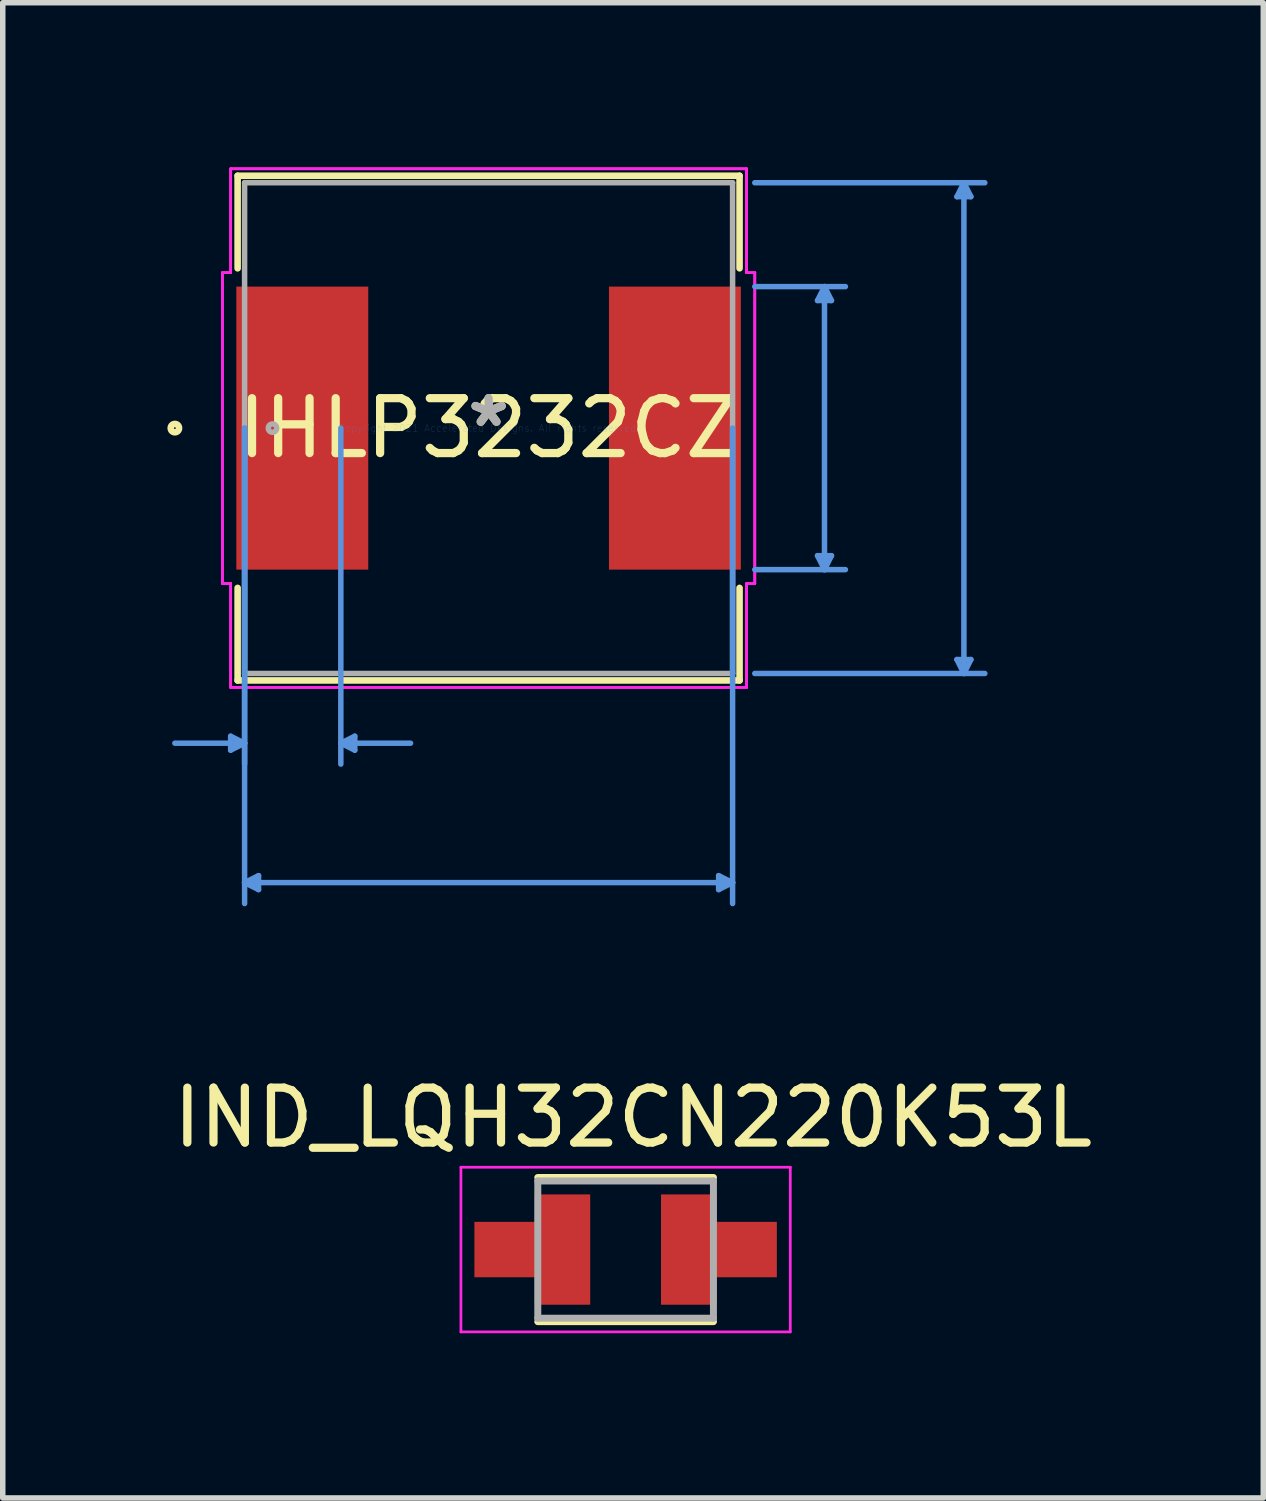
<source format=kicad_pcb>
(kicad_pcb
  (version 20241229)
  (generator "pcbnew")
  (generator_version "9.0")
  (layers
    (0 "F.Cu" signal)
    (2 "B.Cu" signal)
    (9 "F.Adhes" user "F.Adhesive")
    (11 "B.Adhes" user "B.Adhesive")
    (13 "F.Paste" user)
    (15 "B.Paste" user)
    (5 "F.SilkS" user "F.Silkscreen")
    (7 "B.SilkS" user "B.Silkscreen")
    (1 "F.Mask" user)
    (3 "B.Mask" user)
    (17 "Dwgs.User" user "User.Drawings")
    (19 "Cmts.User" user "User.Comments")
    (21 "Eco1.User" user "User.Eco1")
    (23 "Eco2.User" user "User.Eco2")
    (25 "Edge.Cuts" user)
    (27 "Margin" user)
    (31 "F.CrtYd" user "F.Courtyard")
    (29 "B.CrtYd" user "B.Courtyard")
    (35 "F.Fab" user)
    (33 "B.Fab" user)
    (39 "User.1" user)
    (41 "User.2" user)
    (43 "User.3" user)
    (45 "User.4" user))
  (footprint "IND_LQH32CN220K53L"
    (layer "F.Cu")
    (at 8.347 19.714)
    (property "Reference" "IND_LQH32CN220K53L" (at 0.135 -2.405 0) (layer "F.SilkS") (effects (font (size 1 1) (thickness 0.15))))
    (attr through_hole)
    (fp_poly (pts (xy -2.85 -0.6) (xy -1.75 -0.6) (xy -1.75 -1.1) (xy -0.55 -1.1) (xy -0.55 1.1) (xy -1.75 1.1) (xy -1.75 0.6) (xy -2.85 0.6)) (stroke (width 0.01) (type solid)) (fill yes) (layer "F.Mask"))
    (fp_poly (pts (xy 0.55 -1.1) (xy 1.75 -1.1) (xy 1.75 -0.6) (xy 2.85 -0.6) (xy 2.85 0.6) (xy 1.75 0.6) (xy 1.75 1.1) (xy 0.55 1.1)) (stroke (width 0.01) (type solid)) (fill yes) (layer "F.Mask"))
    (fp_line (start -1.6 -1.313) (end 1.6 -1.313) (stroke (width 0.127) (type solid)) (layer "F.SilkS"))
    (fp_line (start 1.6 1.313) (end -1.6 1.313) (stroke (width 0.127) (type solid)) (layer "F.SilkS"))
    (fp_poly (pts (xy -1.65 -1) (xy -0.65 -1) (xy -0.65 1) (xy -1.65 1) (xy -1.65 0.5) (xy -2.75 0.5) (xy -2.75 -0.5) (xy -1.65 -0.5)) (stroke (width 0.01) (type solid)) (fill yes) (layer "F.Paste"))
    (fp_poly (pts (xy 1.65 1) (xy 0.65 1) (xy 0.65 -1) (xy 1.65 -1) (xy 1.65 -0.5) (xy 2.75 -0.5) (xy 2.75 0.5) (xy 1.65 0.5)) (stroke (width 0.01) (type solid)) (fill yes) (layer "F.Paste"))
    (fp_line (start -3 -1.5) (end 3 -1.5) (stroke (width 0.05) (type solid)) (layer "F.CrtYd"))
    (fp_line (start -3 1.5) (end -3 -1.5) (stroke (width 0.05) (type solid)) (layer "F.CrtYd"))
    (fp_line (start 3 -1.5) (end 3 1.5) (stroke (width 0.05) (type solid)) (layer "F.CrtYd"))
    (fp_line (start 3 1.5) (end -3 1.5) (stroke (width 0.05) (type solid)) (layer "F.CrtYd"))
    (fp_line (start -1.6 -1.25) (end 1.6 -1.25) (stroke (width 0.127) (type solid)) (layer "F.Fab"))
    (fp_line (start -1.6 1.25) (end -1.6 -1.25) (stroke (width 0.127) (type solid)) (layer "F.Fab"))
    (fp_line (start 1.6 -1.25) (end 1.6 1.25) (stroke (width 0.127) (type solid)) (layer "F.Fab"))
    (fp_line (start 1.6 1.25) (end -1.6 1.25) (stroke (width 0.127) (type solid)) (layer "F.Fab"))
    (pad "1" smd custom (at -1.15 0) (size 1 2) (layers "F.Cu") (options (anchor rect)) (primitives (gr_poly (pts (xy 0.5 1) (xy -0.5 1) (xy -0.5 0.5) (xy -1.6 0.5) (xy -1.6 -0.5) (xy -0.5 -0.5) (xy -0.5 -1) (xy 0.5 -1)) (width 0.01) (fill yes))))
    (pad "2" smd custom (at 1.15 0) (size 1 2) (layers "F.Cu") (options (anchor rect)) (primitives (gr_poly (pts (xy 0.5 -0.5) (xy 1.6 -0.5) (xy 1.6 0.5) (xy 0.5 0.5) (xy 0.5 1) (xy -0.5 1) (xy -0.5 -1) (xy 0.5 -1)) (width 0.01) (fill yes)))))
  (footprint "IHLP3232CZ"
    (layer "F.Cu")
    (at 5.851 4.749)
    (property "Reference" "IHLP3232CZ" (at 0 0 0) (layer "F.SilkS") (effects (font (size 1 1) (thickness 0.15))))
    (attr through_hole)
    (fp_line (start -4.572 -4.597) (end -4.572 -2.911) (stroke (width 0.12) (type solid)) (layer "F.SilkS"))
    (fp_line (start -4.572 2.911) (end -4.572 4.597) (stroke (width 0.12) (type solid)) (layer "F.SilkS"))
    (fp_line (start -4.572 4.597) (end 4.572 4.597) (stroke (width 0.12) (type solid)) (layer "F.SilkS"))
    (fp_line (start 4.572 -4.597) (end -4.572 -4.597) (stroke (width 0.12) (type solid)) (layer "F.SilkS"))
    (fp_line (start 4.572 -2.911) (end 4.572 -4.597) (stroke (width 0.12) (type solid)) (layer "F.SilkS"))
    (fp_line (start 4.572 4.597) (end 4.572 2.911) (stroke (width 0.12) (type solid)) (layer "F.SilkS"))
    (fp_circle (center -5.715 0) (end -5.639 0) (stroke (width 0.12) (type solid)) (fill no) (layer "F.SilkS"))
    (fp_line (start -4.699 5.613) (end -4.699 5.867) (stroke (width 0.1) (type solid)) (layer "Cmts.User"))
    (fp_line (start -4.445 0) (end -4.445 6.121) (stroke (width 0.1) (type solid)) (layer "Cmts.User"))
    (fp_line (start -4.445 0) (end -4.445 8.661) (stroke (width 0.1) (type solid)) (layer "Cmts.User"))
    (fp_line (start -4.445 5.74) (end -5.715 5.74) (stroke (width 0.1) (type solid)) (layer "Cmts.User"))
    (fp_line (start -4.445 5.74) (end -4.699 5.613) (stroke (width 0.1) (type solid)) (layer "Cmts.User"))
    (fp_line (start -4.445 5.74) (end -4.699 5.867) (stroke (width 0.1) (type solid)) (layer "Cmts.User"))
    (fp_line (start -4.445 8.28) (end -4.191 8.153) (stroke (width 0.1) (type solid)) (layer "Cmts.User"))
    (fp_line (start -4.445 8.28) (end -4.191 8.407) (stroke (width 0.1) (type solid)) (layer "Cmts.User"))
    (fp_line (start -4.445 8.28) (end 4.445 8.28) (stroke (width 0.1) (type solid)) (layer "Cmts.User"))
    (fp_line (start -4.191 8.153) (end -4.191 8.407) (stroke (width 0.1) (type solid)) (layer "Cmts.User"))
    (fp_line (start -2.692 0) (end -2.692 6.121) (stroke (width 0.1) (type solid)) (layer "Cmts.User"))
    (fp_line (start -2.692 5.74) (end -2.438 5.613) (stroke (width 0.1) (type solid)) (layer "Cmts.User"))
    (fp_line (start -2.692 5.74) (end -2.438 5.867) (stroke (width 0.1) (type solid)) (layer "Cmts.User"))
    (fp_line (start -2.692 5.74) (end -1.422 5.74) (stroke (width 0.1) (type solid)) (layer "Cmts.User"))
    (fp_line (start -2.438 5.613) (end -2.438 5.867) (stroke (width 0.1) (type solid)) (layer "Cmts.User"))
    (fp_line (start 4.191 8.153) (end 4.191 8.407) (stroke (width 0.1) (type solid)) (layer "Cmts.User"))
    (fp_line (start 4.445 0) (end 4.445 8.661) (stroke (width 0.1) (type solid)) (layer "Cmts.User"))
    (fp_line (start 4.445 8.28) (end 4.191 8.153) (stroke (width 0.1) (type solid)) (layer "Cmts.User"))
    (fp_line (start 4.445 8.28) (end 4.191 8.407) (stroke (width 0.1) (type solid)) (layer "Cmts.User"))
    (fp_line (start 4.849 -4.47) (end 9.04 -4.47) (stroke (width 0.1) (type solid)) (layer "Cmts.User"))
    (fp_line (start 4.849 -2.578) (end 6.5 -2.578) (stroke (width 0.1) (type solid)) (layer "Cmts.User"))
    (fp_line (start 4.849 2.578) (end 6.5 2.578) (stroke (width 0.1) (type solid)) (layer "Cmts.User"))
    (fp_line (start 4.849 4.47) (end 9.04 4.47) (stroke (width 0.1) (type solid)) (layer "Cmts.User"))
    (fp_line (start 5.992 -2.324) (end 6.246 -2.324) (stroke (width 0.1) (type solid)) (layer "Cmts.User"))
    (fp_line (start 5.992 2.324) (end 6.246 2.324) (stroke (width 0.1) (type solid)) (layer "Cmts.User"))
    (fp_line (start 6.119 -2.578) (end 5.992 -2.324) (stroke (width 0.1) (type solid)) (layer "Cmts.User"))
    (fp_line (start 6.119 -2.578) (end 6.119 2.578) (stroke (width 0.1) (type solid)) (layer "Cmts.User"))
    (fp_line (start 6.119 -2.578) (end 6.246 -2.324) (stroke (width 0.1) (type solid)) (layer "Cmts.User"))
    (fp_line (start 6.119 2.578) (end 5.992 2.324) (stroke (width 0.1) (type solid)) (layer "Cmts.User"))
    (fp_line (start 6.119 2.578) (end 6.246 2.324) (stroke (width 0.1) (type solid)) (layer "Cmts.User"))
    (fp_line (start 8.532 -4.216) (end 8.786 -4.216) (stroke (width 0.1) (type solid)) (layer "Cmts.User"))
    (fp_line (start 8.532 4.216) (end 8.786 4.216) (stroke (width 0.1) (type solid)) (layer "Cmts.User"))
    (fp_line (start 8.659 -4.47) (end 8.532 -4.216) (stroke (width 0.1) (type solid)) (layer "Cmts.User"))
    (fp_line (start 8.659 -4.47) (end 8.659 4.47) (stroke (width 0.1) (type solid)) (layer "Cmts.User"))
    (fp_line (start 8.659 -4.47) (end 8.786 -4.216) (stroke (width 0.1) (type solid)) (layer "Cmts.User"))
    (fp_line (start 8.659 4.47) (end 8.532 4.216) (stroke (width 0.1) (type solid)) (layer "Cmts.User"))
    (fp_line (start 8.659 4.47) (end 8.786 4.216) (stroke (width 0.1) (type solid)) (layer "Cmts.User"))
    (fp_line (start -4.849 -2.832) (end -4.699 -2.832) (stroke (width 0.05) (type solid)) (layer "F.CrtYd"))
    (fp_line (start -4.849 -2.832) (end -4.699 -2.832) (stroke (width 0.05) (type solid)) (layer "F.CrtYd"))
    (fp_line (start -4.849 2.832) (end -4.849 -2.832) (stroke (width 0.05) (type solid)) (layer "F.CrtYd"))
    (fp_line (start -4.849 2.832) (end -4.849 -2.832) (stroke (width 0.05) (type solid)) (layer "F.CrtYd"))
    (fp_line (start -4.699 -4.724) (end 4.699 -4.724) (stroke (width 0.05) (type solid)) (layer "F.CrtYd"))
    (fp_line (start -4.699 -4.724) (end 4.699 -4.724) (stroke (width 0.05) (type solid)) (layer "F.CrtYd"))
    (fp_line (start -4.699 -2.832) (end -4.699 -4.724) (stroke (width 0.05) (type solid)) (layer "F.CrtYd"))
    (fp_line (start -4.699 -2.832) (end -4.699 -4.724) (stroke (width 0.05) (type solid)) (layer "F.CrtYd"))
    (fp_line (start -4.699 2.832) (end -4.849 2.832) (stroke (width 0.05) (type solid)) (layer "F.CrtYd"))
    (fp_line (start -4.699 2.832) (end -4.849 2.832) (stroke (width 0.05) (type solid)) (layer "F.CrtYd"))
    (fp_line (start -4.699 4.724) (end -4.699 2.832) (stroke (width 0.05) (type solid)) (layer "F.CrtYd"))
    (fp_line (start -4.699 4.724) (end -4.699 2.832) (stroke (width 0.05) (type solid)) (layer "F.CrtYd"))
    (fp_line (start 4.699 -4.724) (end 4.699 -2.832) (stroke (width 0.05) (type solid)) (layer "F.CrtYd"))
    (fp_line (start 4.699 -4.724) (end 4.699 -2.832) (stroke (width 0.05) (type solid)) (layer "F.CrtYd"))
    (fp_line (start 4.699 -2.832) (end 4.849 -2.832) (stroke (width 0.05) (type solid)) (layer "F.CrtYd"))
    (fp_line (start 4.699 -2.832) (end 4.849 -2.832) (stroke (width 0.05) (type solid)) (layer "F.CrtYd"))
    (fp_line (start 4.699 2.832) (end 4.699 4.724) (stroke (width 0.05) (type solid)) (layer "F.CrtYd"))
    (fp_line (start 4.699 2.832) (end 4.699 4.724) (stroke (width 0.05) (type solid)) (layer "F.CrtYd"))
    (fp_line (start 4.699 4.724) (end -4.699 4.724) (stroke (width 0.05) (type solid)) (layer "F.CrtYd"))
    (fp_line (start 4.699 4.724) (end -4.699 4.724) (stroke (width 0.05) (type solid)) (layer "F.CrtYd"))
    (fp_line (start 4.849 -2.832) (end 4.849 2.832) (stroke (width 0.05) (type solid)) (layer "F.CrtYd"))
    (fp_line (start 4.849 -2.832) (end 4.849 2.832) (stroke (width 0.05) (type solid)) (layer "F.CrtYd"))
    (fp_line (start 4.849 2.832) (end 4.699 2.832) (stroke (width 0.05) (type solid)) (layer "F.CrtYd"))
    (fp_line (start 4.849 2.832) (end 4.699 2.832) (stroke (width 0.05) (type solid)) (layer "F.CrtYd"))
    (fp_line (start -4.445 -4.47) (end -4.445 4.47) (stroke (width 0.1) (type solid)) (layer "F.Fab"))
    (fp_line (start -4.445 4.47) (end 4.445 4.47) (stroke (width 0.1) (type solid)) (layer "F.Fab"))
    (fp_line (start 4.445 -4.47) (end -4.445 -4.47) (stroke (width 0.1) (type solid)) (layer "F.Fab"))
    (fp_line (start 4.445 4.47) (end 4.445 -4.47) (stroke (width 0.1) (type solid)) (layer "F.Fab"))
    (fp_circle (center -3.937 0) (end -3.861 0) (stroke (width 0.1) (type solid)) (fill no) (layer "F.Fab"))
    (fp_text user "*" (at 0 0 0) (layer "F.SilkS") (effects (font (size 1 1) (thickness 0.15))))
    (fp_text user "Copyright 2021 Accelerated Designs. All rights reserved." (at 0 0 0) (layer "Cmts.User") (effects (font (size 0.127 0.127) (thickness 0.002))))
    (fp_text user "*" (at 0 0 0) (layer "F.Fab") (effects (font (size 1 1) (thickness 0.15))))
    (pad "1" smd rect (at -3.394 0 90) (size 5.156 2.403) (layers "F.Cu" "F.Mask" "F.Paste"))
    (pad "2" smd rect (at 3.394 0 90) (size 5.156 2.403) (layers "F.Cu" "F.Mask" "F.Paste")))
  (gr_rect
    (start -3 -3)
    (end 19.964 24.239)
    (stroke (width 0.1) (type default))
    (fill no)
    (layer "Edge.Cuts")))
</source>
